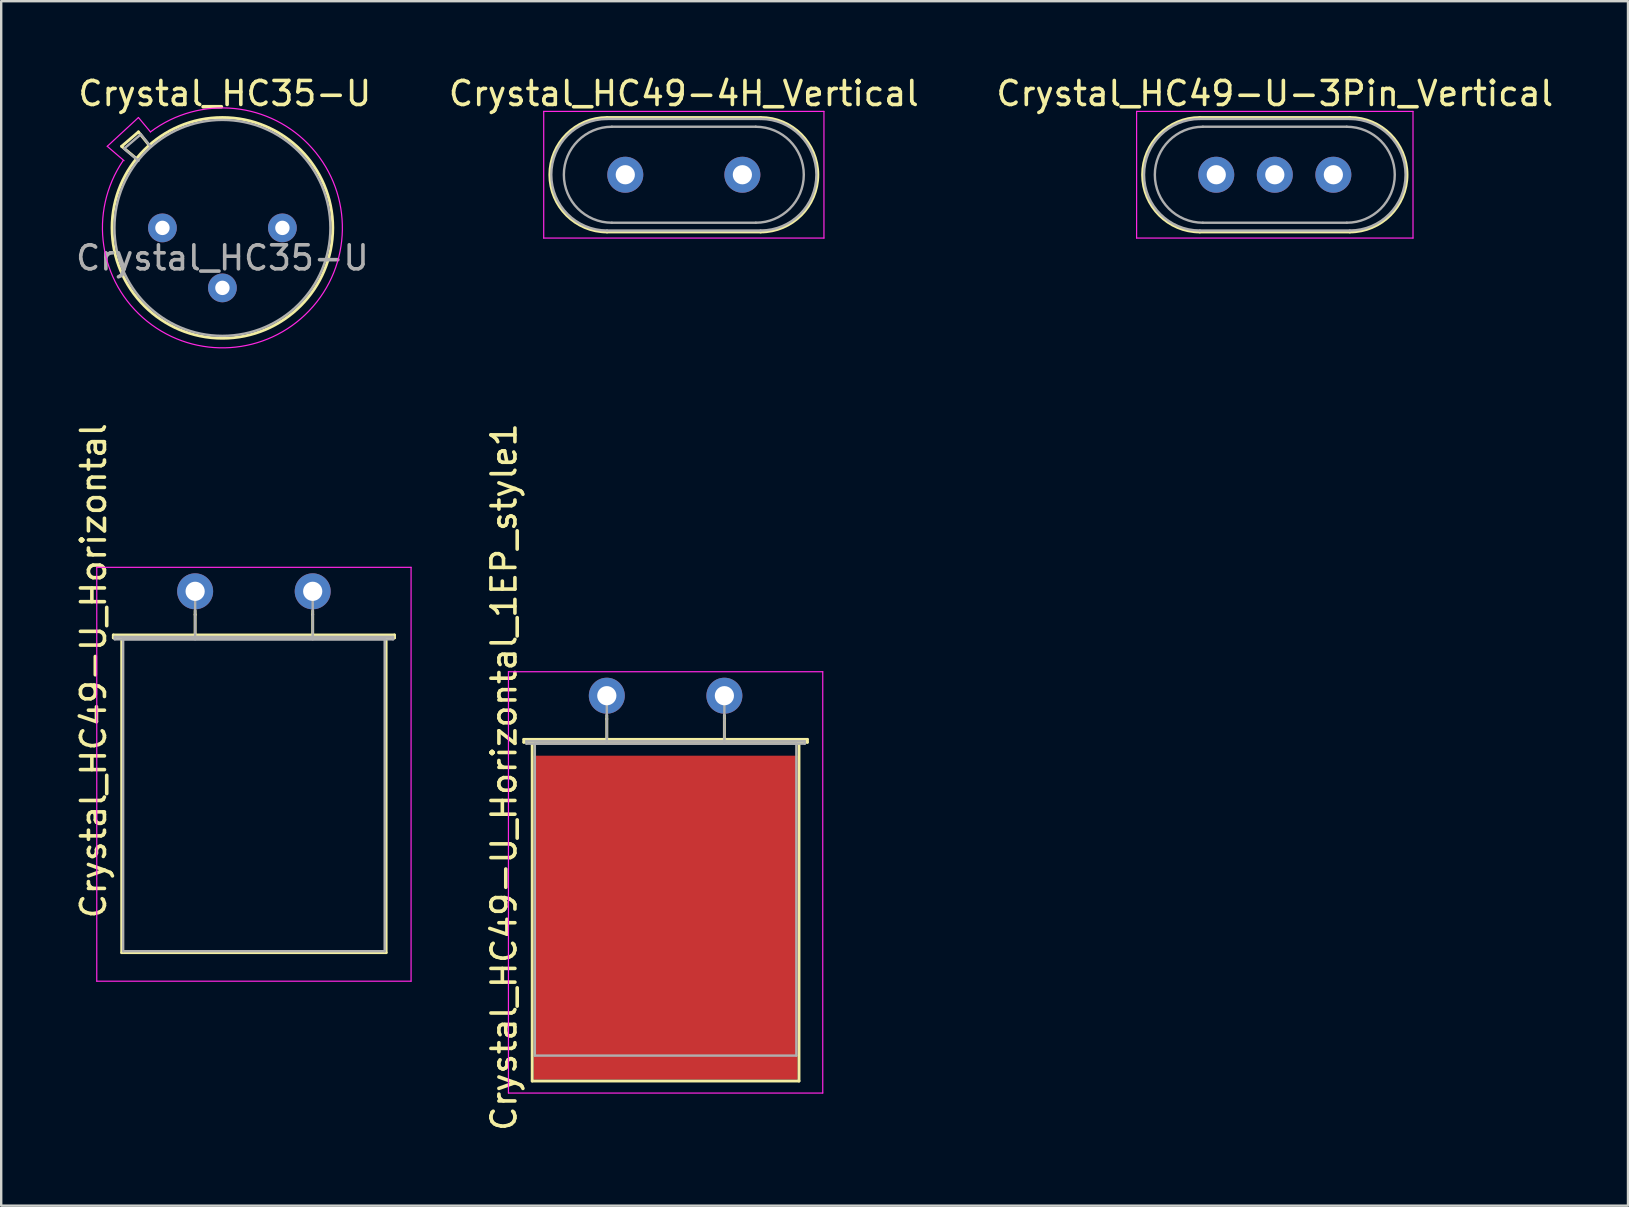
<source format=kicad_pcb>
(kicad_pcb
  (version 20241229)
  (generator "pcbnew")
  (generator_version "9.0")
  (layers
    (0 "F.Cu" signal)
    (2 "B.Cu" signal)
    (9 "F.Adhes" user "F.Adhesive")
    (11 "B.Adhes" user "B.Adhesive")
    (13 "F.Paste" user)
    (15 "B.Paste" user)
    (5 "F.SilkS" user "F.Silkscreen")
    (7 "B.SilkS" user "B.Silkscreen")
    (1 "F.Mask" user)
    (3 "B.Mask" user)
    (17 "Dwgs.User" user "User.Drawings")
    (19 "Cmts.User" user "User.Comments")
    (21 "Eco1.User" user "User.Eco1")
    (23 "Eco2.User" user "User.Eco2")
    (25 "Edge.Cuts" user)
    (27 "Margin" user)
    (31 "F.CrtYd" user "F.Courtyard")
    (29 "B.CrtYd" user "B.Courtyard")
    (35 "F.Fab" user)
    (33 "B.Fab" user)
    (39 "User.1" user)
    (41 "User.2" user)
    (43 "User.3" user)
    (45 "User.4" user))
  (footprint "Crystal_HC49-U-3Pin_Vertical"
    (layer "F.Cu")
    (at 47.642 4.233)
    (property "Reference" "Crystal_HC49-U-3Pin_Vertical" (at 2.44 -3.385 0) (layer "F.SilkS") (effects (font (size 1 1) (thickness 0.15))))
    (attr through_hole)
    (fp_line (start -0.685 -2.385) (end 5.565 -2.385) (stroke (width 0.12) (type solid)) (layer "F.SilkS"))
    (fp_line (start -0.685 2.385) (end 5.565 2.385) (stroke (width 0.12) (type solid)) (layer "F.SilkS"))
    (fp_arc (start -0.685 2.385) (mid -3.07 0) (end -0.685 -2.385) (stroke (width 0.12) (type solid)) (layer "F.SilkS"))
    (fp_arc (start 5.565 -2.385) (mid 7.95 0) (end 5.565 2.385) (stroke (width 0.12) (type solid)) (layer "F.SilkS"))
    (fp_line (start -3.32 -2.64) (end -3.32 2.64) (stroke (width 0.05) (type solid)) (layer "F.CrtYd"))
    (fp_line (start -3.32 2.64) (end 8.2 2.64) (stroke (width 0.05) (type solid)) (layer "F.CrtYd"))
    (fp_line (start 8.2 -2.64) (end -3.32 -2.64) (stroke (width 0.05) (type solid)) (layer "F.CrtYd"))
    (fp_line (start 8.2 2.64) (end 8.2 -2.64) (stroke (width 0.05) (type solid)) (layer "F.CrtYd"))
    (fp_line (start -0.685 -2.325) (end 5.565 -2.325) (stroke (width 0.1) (type solid)) (layer "F.Fab"))
    (fp_line (start -0.685 2.325) (end 5.565 2.325) (stroke (width 0.1) (type solid)) (layer "F.Fab"))
    (fp_line (start -0.56 -2) (end 5.44 -2) (stroke (width 0.1) (type solid)) (layer "F.Fab"))
    (fp_line (start -0.56 2) (end 5.44 2) (stroke (width 0.1) (type solid)) (layer "F.Fab"))
    (fp_arc (start -0.685 2.325) (mid -3.01 0) (end -0.685 -2.325) (stroke (width 0.1) (type solid)) (layer "F.Fab"))
    (fp_arc (start -0.56 2) (mid -2.56 0) (end -0.56 -2) (stroke (width 0.1) (type solid)) (layer "F.Fab"))
    (fp_arc (start 5.44 -2) (mid 7.44 0) (end 5.44 2) (stroke (width 0.1) (type solid)) (layer "F.Fab"))
    (fp_arc (start 5.565 -2.325) (mid 7.89 0) (end 5.565 2.325) (stroke (width 0.1) (type solid)) (layer "F.Fab"))
    (pad "1" thru_hole circle (at 0 0) (size 1.5 1.5) (drill 0.8) (layers "*.Cu" "*.Mask"))
    (pad "2" thru_hole circle (at 2.44 0) (size 1.5 1.5) (drill 0.8) (layers "*.Cu" "*.Mask"))
    (pad "3" thru_hole circle (at 4.88 0) (size 1.5 1.5) (drill 0.8) (layers "*.Cu" "*.Mask")))
  (footprint "Crystal_HC49-U_Horizontal"
    (layer "F.Cu")
    (at 5.083 21.595)
    (property "Reference" "Crystal_HC49-U_Horizontal" (at -4.235 3.312 90) (layer "F.SilkS") (effects (font (size 1 1) (thickness 0.15))))
    (attr through_hole)
    (fp_line (start -3.41 1.82) (end 8.31 1.82) (stroke (width 0.12) (type solid)) (layer "F.SilkS"))
    (fp_line (start -3.41 1.94) (end -3.41 1.82) (stroke (width 0.12) (type solid)) (layer "F.SilkS"))
    (fp_line (start -3.06 1.94) (end -3.06 15.06) (stroke (width 0.12) (type solid)) (layer "F.SilkS"))
    (fp_line (start -3.06 15.06) (end 7.96 15.06) (stroke (width 0.12) (type solid)) (layer "F.SilkS"))
    (fp_line (start 0 0.97) (end 0 0.81) (stroke (width 0.12) (type solid)) (layer "F.SilkS"))
    (fp_line (start 0 1.94) (end 0 0.97) (stroke (width 0.12) (type solid)) (layer "F.SilkS"))
    (fp_line (start 4.9 0.97) (end 4.9 0.81) (stroke (width 0.12) (type solid)) (layer "F.SilkS"))
    (fp_line (start 4.9 1.94) (end 4.9 0.97) (stroke (width 0.12) (type solid)) (layer "F.SilkS"))
    (fp_line (start 7.96 1.94) (end -3.06 1.94) (stroke (width 0.12) (type solid)) (layer "F.SilkS"))
    (fp_line (start 7.96 15.06) (end 7.96 1.94) (stroke (width 0.12) (type solid)) (layer "F.SilkS"))
    (fp_line (start 8.31 1.82) (end 8.31 1.94) (stroke (width 0.12) (type solid)) (layer "F.SilkS"))
    (fp_line (start 8.31 1.94) (end -3.41 1.94) (stroke (width 0.12) (type solid)) (layer "F.SilkS"))
    (fp_line (start -4.1 -1) (end -4.1 16.25) (stroke (width 0.05) (type solid)) (layer "F.CrtYd"))
    (fp_line (start -4.1 16.25) (end 9 16.25) (stroke (width 0.05) (type solid)) (layer "F.CrtYd"))
    (fp_line (start 9 -1) (end -4.1 -1) (stroke (width 0.05) (type solid)) (layer "F.CrtYd"))
    (fp_line (start 9 16.25) (end 9 -1) (stroke (width 0.05) (type solid)) (layer "F.CrtYd"))
    (fp_line (start -3.35 1.9) (end 8.25 1.9) (stroke (width 0.1) (type solid)) (layer "F.Fab"))
    (fp_line (start -3.35 2) (end -3.35 1.9) (stroke (width 0.1) (type solid)) (layer "F.Fab"))
    (fp_line (start -3 2) (end -3 15) (stroke (width 0.1) (type solid)) (layer "F.Fab"))
    (fp_line (start -3 15) (end 7.9 15) (stroke (width 0.1) (type solid)) (layer "F.Fab"))
    (fp_line (start 0 1) (end 0 0) (stroke (width 0.1) (type solid)) (layer "F.Fab"))
    (fp_line (start 0 2) (end 0 1) (stroke (width 0.1) (type solid)) (layer "F.Fab"))
    (fp_line (start 4.9 1) (end 4.9 0) (stroke (width 0.1) (type solid)) (layer "F.Fab"))
    (fp_line (start 4.9 2) (end 4.9 1) (stroke (width 0.1) (type solid)) (layer "F.Fab"))
    (fp_line (start 7.9 2) (end -3 2) (stroke (width 0.1) (type solid)) (layer "F.Fab"))
    (fp_line (start 7.9 15) (end 7.9 2) (stroke (width 0.1) (type solid)) (layer "F.Fab"))
    (fp_line (start 8.25 1.9) (end 8.25 2) (stroke (width 0.1) (type solid)) (layer "F.Fab"))
    (fp_line (start 8.25 2) (end -3.35 2) (stroke (width 0.1) (type solid)) (layer "F.Fab"))
    (pad "1" thru_hole circle (at 0 0) (size 1.5 1.5) (drill 0.8) (layers "*.Cu" "*.Mask"))
    (pad "2" thru_hole circle (at 4.9 0) (size 1.5 1.5) (drill 0.8) (layers "*.Cu" "*.Mask")))
  (footprint "Crystal_HC35-U"
    (layer "F.Cu")
    (at 3.72 6.448)
    (property "Reference" "Crystal_HC35-U" (at 2.6 -5.6 0) (layer "F.SilkS") (effects (font (size 1 1) (thickness 0.15))))
    (attr through_hole)
    (fp_line (start -1.7 -3.4) (end -1 -4) (stroke (width 0.12) (type solid)) (layer "F.SilkS"))
    (fp_line (start -1.1 -2.9) (end -1.7 -3.4) (stroke (width 0.12) (type solid)) (layer "F.SilkS"))
    (fp_line (start -1 -4) (end -0.6 -3.5) (stroke (width 0.12) (type solid)) (layer "F.SilkS"))
    (fp_circle (center 2.5 0) (end 7.1 0) (stroke (width 0.12) (type solid)) (fill no) (layer "F.SilkS"))
    (fp_line (start -2.3 -3.4) (end -1 -4.6) (stroke (width 0.05) (type solid)) (layer "F.CrtYd"))
    (fp_line (start -1.6 -2.8) (end -2.3 -3.4) (stroke (width 0.05) (type solid)) (layer "F.CrtYd"))
    (fp_line (start -1 -4.6) (end -0.5 -4) (stroke (width 0.05) (type solid)) (layer "F.CrtYd"))
    (fp_arc (start -0.5 -4) (mid 6.119047 3.45) (end -1.638828 -2.80537) (stroke (width 0.05) (type solid)) (layer "F.CrtYd"))
    (fp_line (start -1.6 -3.3) (end -0.9 -3.9) (stroke (width 0.1) (type solid)) (layer "F.Fab"))
    (fp_line (start -1 -2.8) (end -1.6 -3.3) (stroke (width 0.1) (type solid)) (layer "F.Fab"))
    (fp_line (start -0.9 -3.9) (end -0.5 -3.4) (stroke (width 0.1) (type solid)) (layer "F.Fab"))
    (fp_circle (center 2.5 0) (end 7 0) (stroke (width 0.1) (type solid)) (fill no) (layer "F.Fab"))
    (fp_text user "${REFERENCE}" (at 2.5 1.25 0) (layer "F.Fab") (effects (font (size 1 1) (thickness 0.15))))
    (pad "1" thru_hole circle (at 0 0) (size 1.2 1.2) (drill 0.6) (layers "*.Cu" "*.Mask"))
    (pad "2" thru_hole circle (at 5 0) (size 1.2 1.2) (drill 0.6) (layers "*.Cu" "*.Mask"))
    (pad "3" thru_hole circle (at 2.5 2.5) (size 1.2 1.2) (drill 0.6) (layers "*.Cu" "*.Mask")))
  (footprint "Crystal_HC49-4H_Vertical"
    (layer "F.Cu")
    (at 23.011 4.233)
    (property "Reference" "Crystal_HC49-4H_Vertical" (at 2.44 -3.385 0) (layer "F.SilkS") (effects (font (size 1 1) (thickness 0.15))))
    (attr through_hole)
    (fp_line (start -0.76 -2.385) (end 5.64 -2.385) (stroke (width 0.12) (type solid)) (layer "F.SilkS"))
    (fp_line (start -0.76 2.385) (end 5.64 2.385) (stroke (width 0.12) (type solid)) (layer "F.SilkS"))
    (fp_arc (start -0.76 2.385) (mid -3.145 0) (end -0.76 -2.385) (stroke (width 0.12) (type solid)) (layer "F.SilkS"))
    (fp_arc (start 5.64 -2.385) (mid 8.025 0) (end 5.64 2.385) (stroke (width 0.12) (type solid)) (layer "F.SilkS"))
    (fp_line (start -3.4 -2.64) (end -3.4 2.64) (stroke (width 0.05) (type solid)) (layer "F.CrtYd"))
    (fp_line (start -3.4 2.64) (end 8.28 2.64) (stroke (width 0.05) (type solid)) (layer "F.CrtYd"))
    (fp_line (start 8.28 -2.64) (end -3.4 -2.64) (stroke (width 0.05) (type solid)) (layer "F.CrtYd"))
    (fp_line (start 8.28 2.64) (end 8.28 -2.64) (stroke (width 0.05) (type solid)) (layer "F.CrtYd"))
    (fp_line (start -0.76 -2.325) (end 5.64 -2.325) (stroke (width 0.1) (type solid)) (layer "F.Fab"))
    (fp_line (start -0.76 2.325) (end 5.64 2.325) (stroke (width 0.1) (type solid)) (layer "F.Fab"))
    (fp_line (start -0.56 -2) (end 5.44 -2) (stroke (width 0.1) (type solid)) (layer "F.Fab"))
    (fp_line (start -0.56 2) (end 5.44 2) (stroke (width 0.1) (type solid)) (layer "F.Fab"))
    (fp_arc (start -0.76 2.325) (mid -3.085 0) (end -0.76 -2.325) (stroke (width 0.1) (type solid)) (layer "F.Fab"))
    (fp_arc (start -0.56 2) (mid -2.56 0) (end -0.56 -2) (stroke (width 0.1) (type solid)) (layer "F.Fab"))
    (fp_arc (start 5.44 -2) (mid 7.44 0) (end 5.44 2) (stroke (width 0.1) (type solid)) (layer "F.Fab"))
    (fp_arc (start 5.64 -2.325) (mid 7.965 0) (end 5.64 2.325) (stroke (width 0.1) (type solid)) (layer "F.Fab"))
    (pad "1" thru_hole circle (at 0 0) (size 1.5 1.5) (drill 0.8) (layers "*.Cu" "*.Mask"))
    (pad "2" thru_hole circle (at 4.88 0) (size 1.5 1.5) (drill 0.8) (layers "*.Cu" "*.Mask")))
  (footprint "Crystal_HC49-U_Horizontal_1EP_style1"
    (layer "F.Cu")
    (at 22.241 25.946)
    (property "Reference" "Crystal_HC49-U_Horizontal_1EP_style1" (at -4.285 3.39 90) (layer "F.SilkS") (effects (font (size 1 1) (thickness 0.15))))
    (attr through_hole)
    (fp_line (start -3.46 1.82) (end 8.36 1.82) (stroke (width 0.12) (type solid)) (layer "F.SilkS"))
    (fp_line (start -3.46 1.94) (end -3.46 1.82) (stroke (width 0.12) (type solid)) (layer "F.SilkS"))
    (fp_line (start -3.11 1.94) (end -3.11 16.06) (stroke (width 0.12) (type solid)) (layer "F.SilkS"))
    (fp_line (start -3.11 16.06) (end 8.01 16.06) (stroke (width 0.12) (type solid)) (layer "F.SilkS"))
    (fp_line (start 0 0.97) (end 0 0.81) (stroke (width 0.12) (type solid)) (layer "F.SilkS"))
    (fp_line (start 0 1.94) (end 0 0.97) (stroke (width 0.12) (type solid)) (layer "F.SilkS"))
    (fp_line (start 4.9 0.97) (end 4.9 0.81) (stroke (width 0.12) (type solid)) (layer "F.SilkS"))
    (fp_line (start 4.9 1.94) (end 4.9 0.97) (stroke (width 0.12) (type solid)) (layer "F.SilkS"))
    (fp_line (start 8.01 1.94) (end -3.11 1.94) (stroke (width 0.12) (type solid)) (layer "F.SilkS"))
    (fp_line (start 8.01 16.06) (end 8.01 1.94) (stroke (width 0.12) (type solid)) (layer "F.SilkS"))
    (fp_line (start 8.36 1.82) (end 8.36 1.94) (stroke (width 0.12) (type solid)) (layer "F.SilkS"))
    (fp_line (start 8.36 1.94) (end -3.46 1.94) (stroke (width 0.12) (type solid)) (layer "F.SilkS"))
    (fp_line (start -4.1 -1) (end -4.1 16.56) (stroke (width 0.05) (type solid)) (layer "F.CrtYd"))
    (fp_line (start -4.1 16.56) (end 9 16.56) (stroke (width 0.05) (type solid)) (layer "F.CrtYd"))
    (fp_line (start 9 -1) (end -4.1 -1) (stroke (width 0.05) (type solid)) (layer "F.CrtYd"))
    (fp_line (start 9 16.56) (end 9 -1) (stroke (width 0.05) (type solid)) (layer "F.CrtYd"))
    (fp_line (start -3.35 1.9) (end 8.25 1.9) (stroke (width 0.1) (type solid)) (layer "F.Fab"))
    (fp_line (start -3.35 2) (end -3.35 1.9) (stroke (width 0.1) (type solid)) (layer "F.Fab"))
    (fp_line (start -3 2) (end -3 15) (stroke (width 0.1) (type solid)) (layer "F.Fab"))
    (fp_line (start -3 15) (end 7.9 15) (stroke (width 0.1) (type solid)) (layer "F.Fab"))
    (fp_line (start 0 1) (end 0 0) (stroke (width 0.1) (type solid)) (layer "F.Fab"))
    (fp_line (start 0 2) (end 0 1) (stroke (width 0.1) (type solid)) (layer "F.Fab"))
    (fp_line (start 4.9 1) (end 4.9 0) (stroke (width 0.1) (type solid)) (layer "F.Fab"))
    (fp_line (start 4.9 2) (end 4.9 1) (stroke (width 0.1) (type solid)) (layer "F.Fab"))
    (fp_line (start 7.9 2) (end -3 2) (stroke (width 0.1) (type solid)) (layer "F.Fab"))
    (fp_line (start 7.9 15) (end 7.9 2) (stroke (width 0.1) (type solid)) (layer "F.Fab"))
    (fp_line (start 8.25 1.9) (end 8.25 2) (stroke (width 0.1) (type solid)) (layer "F.Fab"))
    (fp_line (start 8.25 2) (end -3.35 2) (stroke (width 0.1) (type solid)) (layer "F.Fab"))
    (pad "1" thru_hole circle (at 0 0) (size 1.5 1.5) (drill 0.8) (layers "*.Cu" "*.Mask"))
    (pad "2" thru_hole circle (at 4.9 0) (size 1.5 1.5) (drill 0.8) (layers "*.Cu" "*.Mask"))
    (pad "3" smd rect (at 2.45 9.25) (size 11 13.5) (layers "F.Cu" "F.Mask")))
  (gr_rect
    (start -3 -3)
    (end 64.802 47.199)
    (stroke (width 0.1) (type default))
    (fill no)
    (layer "Edge.Cuts")))
</source>
